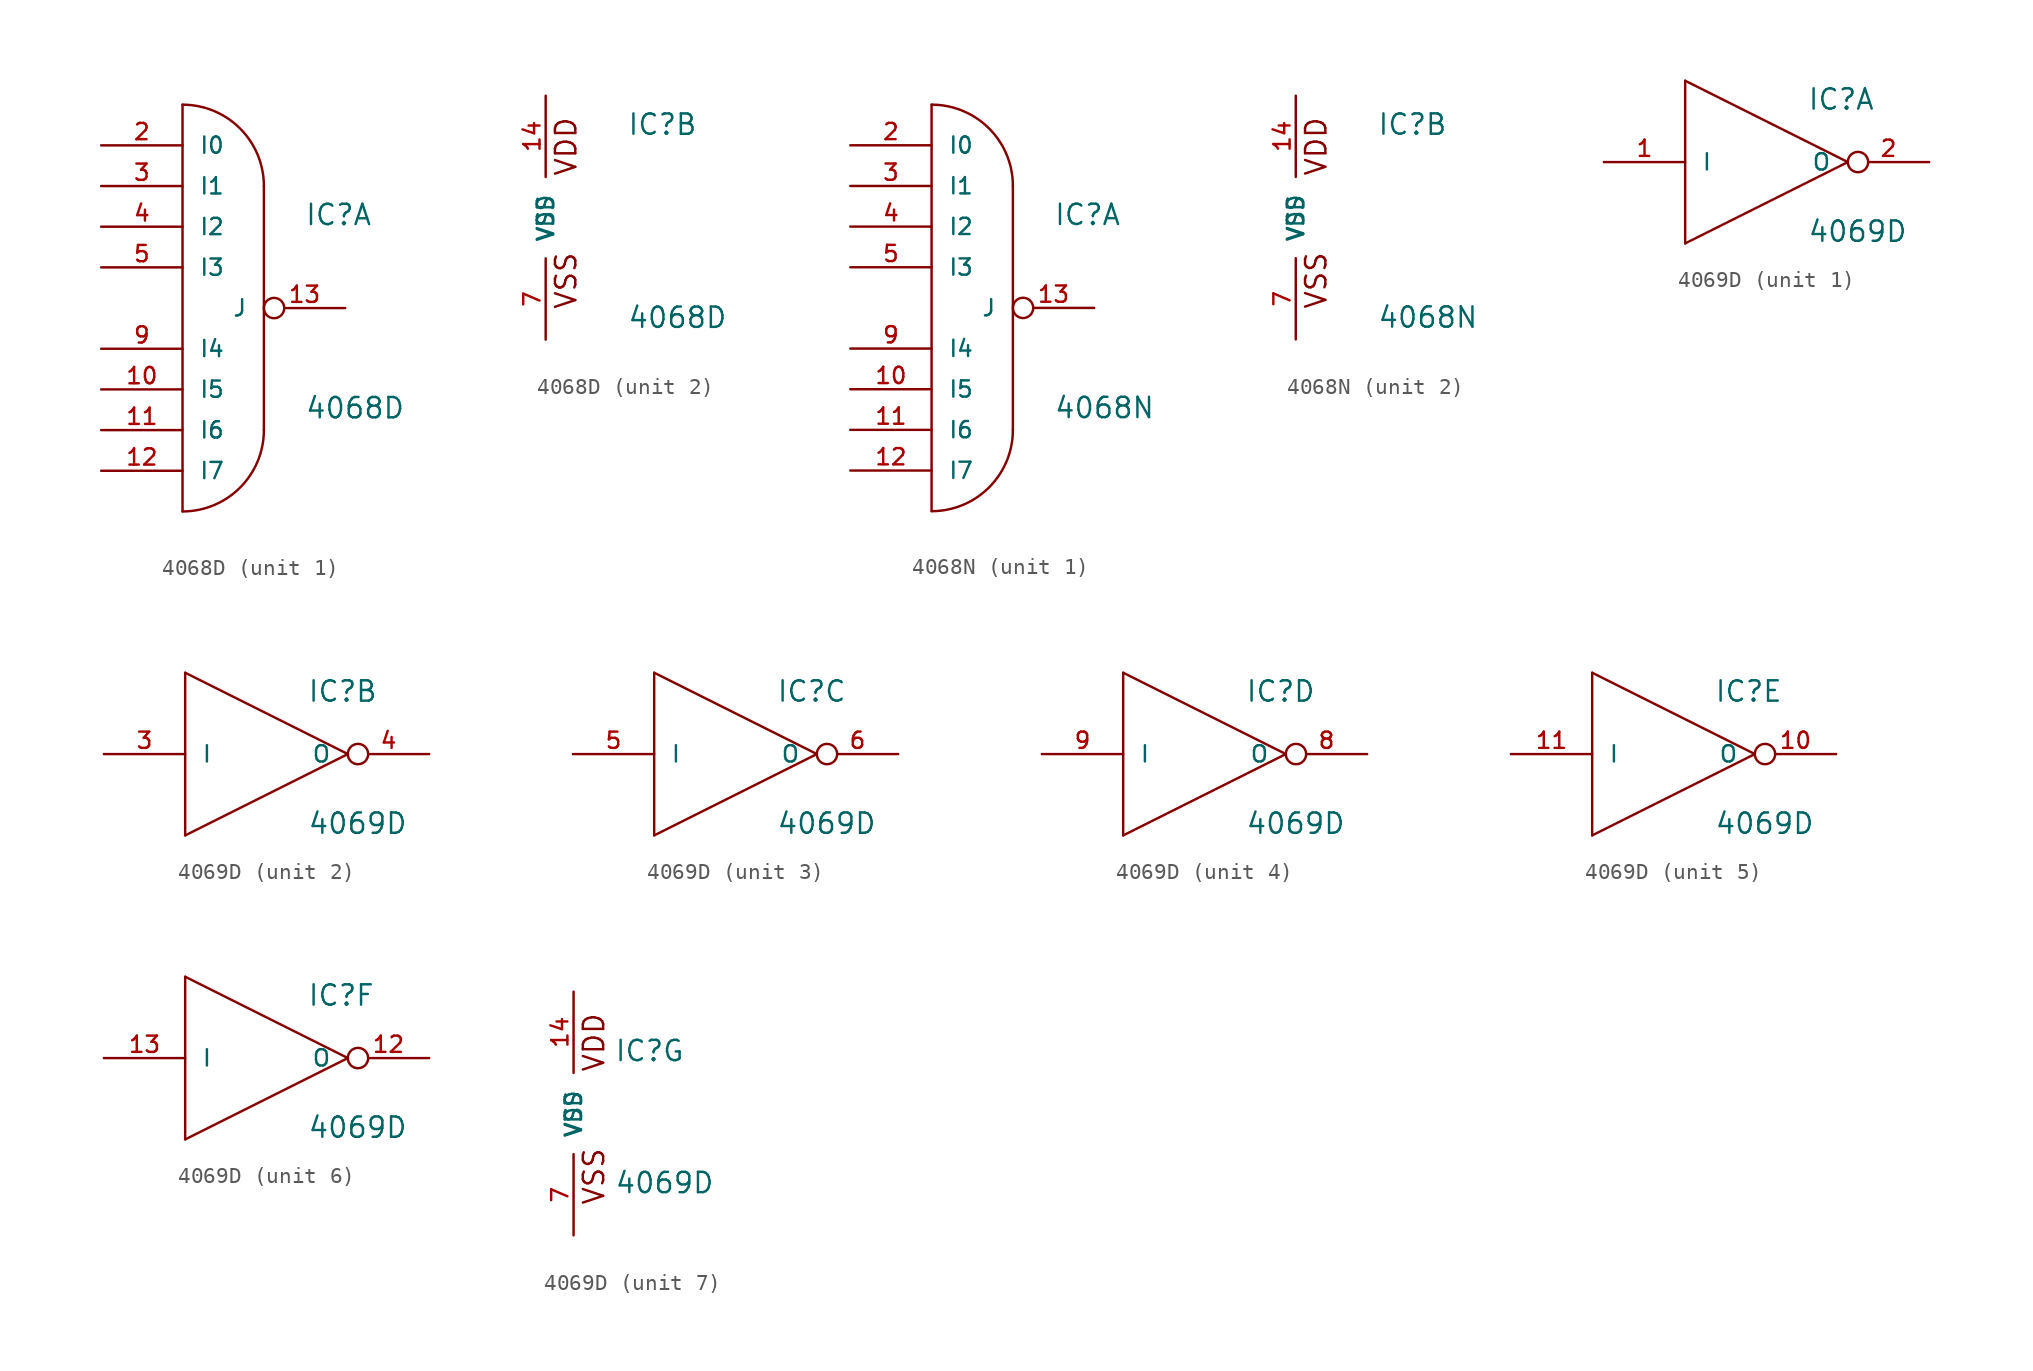
<source format=kicad_sym>
(kicad_symbol_lib
  (version 20211014)
  (generator kicad_symbol_editor)
  (symbol "4068D"
    (pin_names
      (offset 1.016))
    (property "Reference" "IC"
      (at 5.08 5.08 0)
      (effects (font (size 1.27 1.27)) (justify left bottom)))
    (property "Value" "4068D"
      (at 5.08 -6.985 0)
      (effects (font (size 1.27 1.27)) (justify left bottom)))
    (property "ki_locked" ""
      (at 0 0 0)
      (effects (font (size 1.27 1.27))))
    (symbol "4068D_1_0"
      (polyline (pts (xy -2.54 -12.7) (xy -2.54 12.7)) (stroke (width 0) (type default) (color 0 0 0 0)) (fill (type none)))
      (polyline (pts (xy 2.54 7.62) (xy 2.54 -7.62)) (stroke (width 0) (type default) (color 0 0 0 0)) (fill (type none))))
    (symbol "4068D_1_1"
      (arc (start -2.54 -12.7) (mid 1.0521 -11.2121) (end 2.54 -7.62) (stroke (width 0) (type default) (color 0 0 0 0)) (fill (type none)))
      (arc (start 2.54 7.62) (mid 1.0521 11.2121) (end -2.54 12.7) (stroke (width 0) (type default) (color 0 0 0 0)) (fill (type none)))
      (pin input line (at -7.62 -5.08 0) (length 5.08) (name "I5" (effects (font (size 1.016 1.016)))) (number "10" (effects (font (size 1.016 1.016)))))
      (pin input line (at -7.62 -7.62 0) (length 5.08) (name "I6" (effects (font (size 1.016 1.016)))) (number "11" (effects (font (size 1.016 1.016)))))
      (pin input line (at -7.62 -10.16 0) (length 5.08) (name "I7" (effects (font (size 1.016 1.016)))) (number "12" (effects (font (size 1.016 1.016)))))
      (pin output inverted (at 7.62 0 180) (length 5.08) (name "J" (effects (font (size 1.016 1.016)))) (number "13" (effects (font (size 1.016 1.016)))))
      (pin input line (at -7.62 10.16 0) (length 5.08) (name "I0" (effects (font (size 1.016 1.016)))) (number "2" (effects (font (size 1.016 1.016)))))
      (pin input line (at -7.62 7.62 0) (length 5.08) (name "I1" (effects (font (size 1.016 1.016)))) (number "3" (effects (font (size 1.016 1.016)))))
      (pin input line (at -7.62 5.08 0) (length 5.08) (name "I2" (effects (font (size 1.016 1.016)))) (number "4" (effects (font (size 1.016 1.016)))))
      (pin input line (at -7.62 2.54 0) (length 5.08) (name "I3" (effects (font (size 1.016 1.016)))) (number "5" (effects (font (size 1.016 1.016)))))
      (pin input line (at -7.62 -2.54 0) (length 5.08) (name "I4" (effects (font (size 1.016 1.016)))) (number "9" (effects (font (size 1.016 1.016))))))
    (symbol "4068D_2_0"
      (text "VDD" (at 1.27 4.445 1) (effects (font (size 1.27 1.27))))
      (text "VSS" (at 1.27 -3.937 1) (effects (font (size 1.27 1.27)))))
    (symbol "4068D_2_1"
      (pin power_in line (at 0 7.62 270) (length 5.08) (name "VDD" (effects (font (size 1.016 1.016)))) (number "14" (effects (font (size 1.016 1.016)))))
      (pin power_in line (at 0 -7.62 90) (length 5.08) (name "VSS" (effects (font (size 1.016 1.016)))) (number "7" (effects (font (size 1.016 1.016)))))))
  (symbol "4068N"
    (pin_names
      (offset 1.016))
    (property "Reference" "IC"
      (at 5.08 5.08 0)
      (effects (font (size 1.27 1.27)) (justify left bottom)))
    (property "Value" "4068N"
      (at 5.08 -6.985 0)
      (effects (font (size 1.27 1.27)) (justify left bottom)))
    (property "ki_locked" ""
      (at 0 0 0)
      (effects (font (size 1.27 1.27))))
    (symbol "4068N_1_0"
      (polyline (pts (xy -2.54 -12.7) (xy -2.54 12.7)) (stroke (width 0) (type default) (color 0 0 0 0)) (fill (type none)))
      (polyline (pts (xy 2.54 7.62) (xy 2.54 -7.62)) (stroke (width 0) (type default) (color 0 0 0 0)) (fill (type none))))
    (symbol "4068N_1_1"
      (arc (start -2.54 -12.7) (mid 1.0521 -11.2121) (end 2.54 -7.62) (stroke (width 0) (type default) (color 0 0 0 0)) (fill (type none)))
      (arc (start 2.54 7.62) (mid 1.0521 11.2121) (end -2.54 12.7) (stroke (width 0) (type default) (color 0 0 0 0)) (fill (type none)))
      (pin input line (at -7.62 -5.08 0) (length 5.08) (name "I5" (effects (font (size 1.016 1.016)))) (number "10" (effects (font (size 1.016 1.016)))))
      (pin input line (at -7.62 -7.62 0) (length 5.08) (name "I6" (effects (font (size 1.016 1.016)))) (number "11" (effects (font (size 1.016 1.016)))))
      (pin input line (at -7.62 -10.16 0) (length 5.08) (name "I7" (effects (font (size 1.016 1.016)))) (number "12" (effects (font (size 1.016 1.016)))))
      (pin output inverted (at 7.62 0 180) (length 5.08) (name "J" (effects (font (size 1.016 1.016)))) (number "13" (effects (font (size 1.016 1.016)))))
      (pin input line (at -7.62 10.16 0) (length 5.08) (name "I0" (effects (font (size 1.016 1.016)))) (number "2" (effects (font (size 1.016 1.016)))))
      (pin input line (at -7.62 7.62 0) (length 5.08) (name "I1" (effects (font (size 1.016 1.016)))) (number "3" (effects (font (size 1.016 1.016)))))
      (pin input line (at -7.62 5.08 0) (length 5.08) (name "I2" (effects (font (size 1.016 1.016)))) (number "4" (effects (font (size 1.016 1.016)))))
      (pin input line (at -7.62 2.54 0) (length 5.08) (name "I3" (effects (font (size 1.016 1.016)))) (number "5" (effects (font (size 1.016 1.016)))))
      (pin input line (at -7.62 -2.54 0) (length 5.08) (name "I4" (effects (font (size 1.016 1.016)))) (number "9" (effects (font (size 1.016 1.016))))))
    (symbol "4068N_2_0"
      (text "VDD" (at 1.27 4.445 1) (effects (font (size 1.27 1.27))))
      (text "VSS" (at 1.27 -3.937 1) (effects (font (size 1.27 1.27)))))
    (symbol "4068N_2_1"
      (pin power_in line (at 0 7.62 270) (length 5.08) (name "VDD" (effects (font (size 1.016 1.016)))) (number "14" (effects (font (size 1.016 1.016)))))
      (pin power_in line (at 0 -7.62 90) (length 5.08) (name "VSS" (effects (font (size 1.016 1.016)))) (number "7" (effects (font (size 1.016 1.016)))))))
  (symbol "4069D"
    (pin_names
      (offset 1.016))
    (property "Reference" "IC"
      (at 2.54 3.175 0)
      (effects (font (size 1.27 1.27)) (justify left bottom)))
    (property "Value" "4069D"
      (at 2.54 -5.08 0)
      (effects (font (size 1.27 1.27)) (justify left bottom)))
    (property "ki_locked" ""
      (at 0 0 0)
      (effects (font (size 1.27 1.27))))
    (symbol "4069D_1_0"
      (polyline (pts (xy -5.08 -5.08) (xy 5.08 0)) (stroke (width 0) (type default) (color 0 0 0 0)) (fill (type none)))
      (polyline (pts (xy -5.08 5.08) (xy -5.08 -5.08)) (stroke (width 0) (type default) (color 0 0 0 0)) (fill (type none)))
      (polyline (pts (xy 5.08 0) (xy -5.08 5.08)) (stroke (width 0) (type default) (color 0 0 0 0)) (fill (type none))))
    (symbol "4069D_1_1"
      (pin input line (at -10.16 0 0) (length 5.08) (name "I" (effects (font (size 1.016 1.016)))) (number "1" (effects (font (size 1.016 1.016)))))
      (pin output inverted (at 10.16 0 180) (length 5.08) (name "O" (effects (font (size 1.016 1.016)))) (number "2" (effects (font (size 1.016 1.016))))))
    (symbol "4069D_2_0"
      (polyline (pts (xy -5.08 -5.08) (xy 5.08 0)) (stroke (width 0) (type default) (color 0 0 0 0)) (fill (type none)))
      (polyline (pts (xy -5.08 5.08) (xy -5.08 -5.08)) (stroke (width 0) (type default) (color 0 0 0 0)) (fill (type none)))
      (polyline (pts (xy 5.08 0) (xy -5.08 5.08)) (stroke (width 0) (type default) (color 0 0 0 0)) (fill (type none))))
    (symbol "4069D_2_1"
      (pin input line (at -10.16 0 0) (length 5.08) (name "I" (effects (font (size 1.016 1.016)))) (number "3" (effects (font (size 1.016 1.016)))))
      (pin output inverted (at 10.16 0 180) (length 5.08) (name "O" (effects (font (size 1.016 1.016)))) (number "4" (effects (font (size 1.016 1.016))))))
    (symbol "4069D_3_0"
      (polyline (pts (xy -5.08 -5.08) (xy 5.08 0)) (stroke (width 0) (type default) (color 0 0 0 0)) (fill (type none)))
      (polyline (pts (xy -5.08 5.08) (xy -5.08 -5.08)) (stroke (width 0) (type default) (color 0 0 0 0)) (fill (type none)))
      (polyline (pts (xy 5.08 0) (xy -5.08 5.08)) (stroke (width 0) (type default) (color 0 0 0 0)) (fill (type none))))
    (symbol "4069D_3_1"
      (pin input line (at -10.16 0 0) (length 5.08) (name "I" (effects (font (size 1.016 1.016)))) (number "5" (effects (font (size 1.016 1.016)))))
      (pin output inverted (at 10.16 0 180) (length 5.08) (name "O" (effects (font (size 1.016 1.016)))) (number "6" (effects (font (size 1.016 1.016))))))
    (symbol "4069D_4_0"
      (polyline (pts (xy -5.08 -5.08) (xy 5.08 0)) (stroke (width 0) (type default) (color 0 0 0 0)) (fill (type none)))
      (polyline (pts (xy -5.08 5.08) (xy -5.08 -5.08)) (stroke (width 0) (type default) (color 0 0 0 0)) (fill (type none)))
      (polyline (pts (xy 5.08 0) (xy -5.08 5.08)) (stroke (width 0) (type default) (color 0 0 0 0)) (fill (type none))))
    (symbol "4069D_4_1"
      (pin output inverted (at 10.16 0 180) (length 5.08) (name "O" (effects (font (size 1.016 1.016)))) (number "8" (effects (font (size 1.016 1.016)))))
      (pin input line (at -10.16 0 0) (length 5.08) (name "I" (effects (font (size 1.016 1.016)))) (number "9" (effects (font (size 1.016 1.016))))))
    (symbol "4069D_5_0"
      (polyline (pts (xy -5.08 -5.08) (xy 5.08 0)) (stroke (width 0) (type default) (color 0 0 0 0)) (fill (type none)))
      (polyline (pts (xy -5.08 5.08) (xy -5.08 -5.08)) (stroke (width 0) (type default) (color 0 0 0 0)) (fill (type none)))
      (polyline (pts (xy 5.08 0) (xy -5.08 5.08)) (stroke (width 0) (type default) (color 0 0 0 0)) (fill (type none))))
    (symbol "4069D_5_1"
      (pin output inverted (at 10.16 0 180) (length 5.08) (name "O" (effects (font (size 1.016 1.016)))) (number "10" (effects (font (size 1.016 1.016)))))
      (pin input line (at -10.16 0 0) (length 5.08) (name "I" (effects (font (size 1.016 1.016)))) (number "11" (effects (font (size 1.016 1.016))))))
    (symbol "4069D_6_0"
      (polyline (pts (xy -5.08 -5.08) (xy 5.08 0)) (stroke (width 0) (type default) (color 0 0 0 0)) (fill (type none)))
      (polyline (pts (xy -5.08 5.08) (xy -5.08 -5.08)) (stroke (width 0) (type default) (color 0 0 0 0)) (fill (type none)))
      (polyline (pts (xy 5.08 0) (xy -5.08 5.08)) (stroke (width 0) (type default) (color 0 0 0 0)) (fill (type none))))
    (symbol "4069D_6_1"
      (pin output inverted (at 10.16 0 180) (length 5.08) (name "O" (effects (font (size 1.016 1.016)))) (number "12" (effects (font (size 1.016 1.016)))))
      (pin input line (at -10.16 0 0) (length 5.08) (name "I" (effects (font (size 1.016 1.016)))) (number "13" (effects (font (size 1.016 1.016))))))
    (symbol "4069D_7_0"
      (text "VDD" (at 1.27 4.445 1) (effects (font (size 1.27 1.27))))
      (text "VSS" (at 1.27 -3.937 1) (effects (font (size 1.27 1.27)))))
    (symbol "4069D_7_1"
      (pin power_in line (at 0 7.62 270) (length 5.08) (name "VDD" (effects (font (size 1.016 1.016)))) (number "14" (effects (font (size 1.016 1.016)))))
      (pin power_in line (at 0 -7.62 90) (length 5.08) (name "VSS" (effects (font (size 1.016 1.016)))) (number "7" (effects (font (size 1.016 1.016))))))))
</source>
